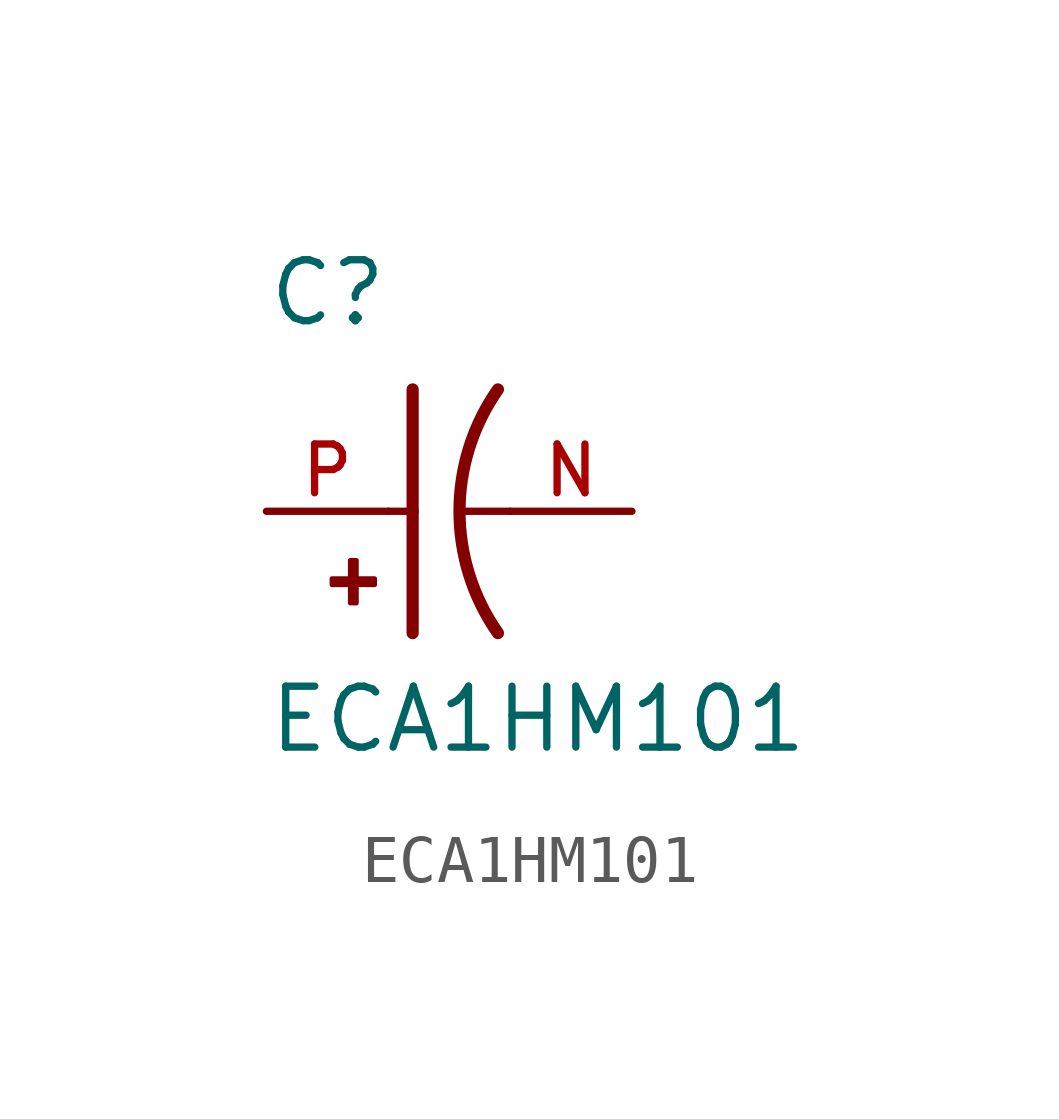
<source format=kicad_sym>
(kicad_symbol_lib
  (version 20211014)
  (generator kicad_symbol_editor)
  (symbol "ECA1HM101"
    (pin_names
      (offset 1.016))
    (property "Reference" "C"
      (at -2.54 3.81 0)
      (effects (font (size 1.27 1.27)) (justify bottom left)))
    (property "Value" "ECA1HM101"
      (at -2.54 -5.08 0)
      (effects (font (size 1.27 1.27)) (justify bottom left)))
    (symbol "ECA1HM101_0_0"
      (arc (start 2.286 -2.54) (mid 1.4851 -0.0) (end 2.286 2.54) (stroke (width 0.254) (type default) (color 0 0 0 0)) (fill (type none)))
      (polyline (pts (xy 0.508 2.54) (xy 0.508 0.0)) (stroke (width 0.254)))
      (rectangle (start -1.173 -1.532) (end -0.284 -1.405) (stroke (width 0.1)) (fill (type outline)))
      (rectangle (start -0.792 -1.913) (end -0.665 -1.024) (stroke (width 0.1)) (fill (type outline)))
      (polyline (pts (xy 0.508 0.0) (xy 0.508 -2.54)) (stroke (width 0.254)))
      (polyline (pts (xy 0.0 0.0) (xy 0.508 0.0)) (stroke (width 0.152)))
      (polyline (pts (xy 2.54 0.0) (xy 1.524 0.0)) (stroke (width 0.152)))
      (pin passive line (at -2.54 0.0 0) (length 2.54) (name "~" (effects (font (size 1.016 1.016)))) (number "P" (effects (font (size 1.016 1.016)))))
      (pin passive line (at 5.08 0.0 180.0) (length 2.54) (name "~" (effects (font (size 1.016 1.016)))) (number "N" (effects (font (size 1.016 1.016))))))))
</source>
